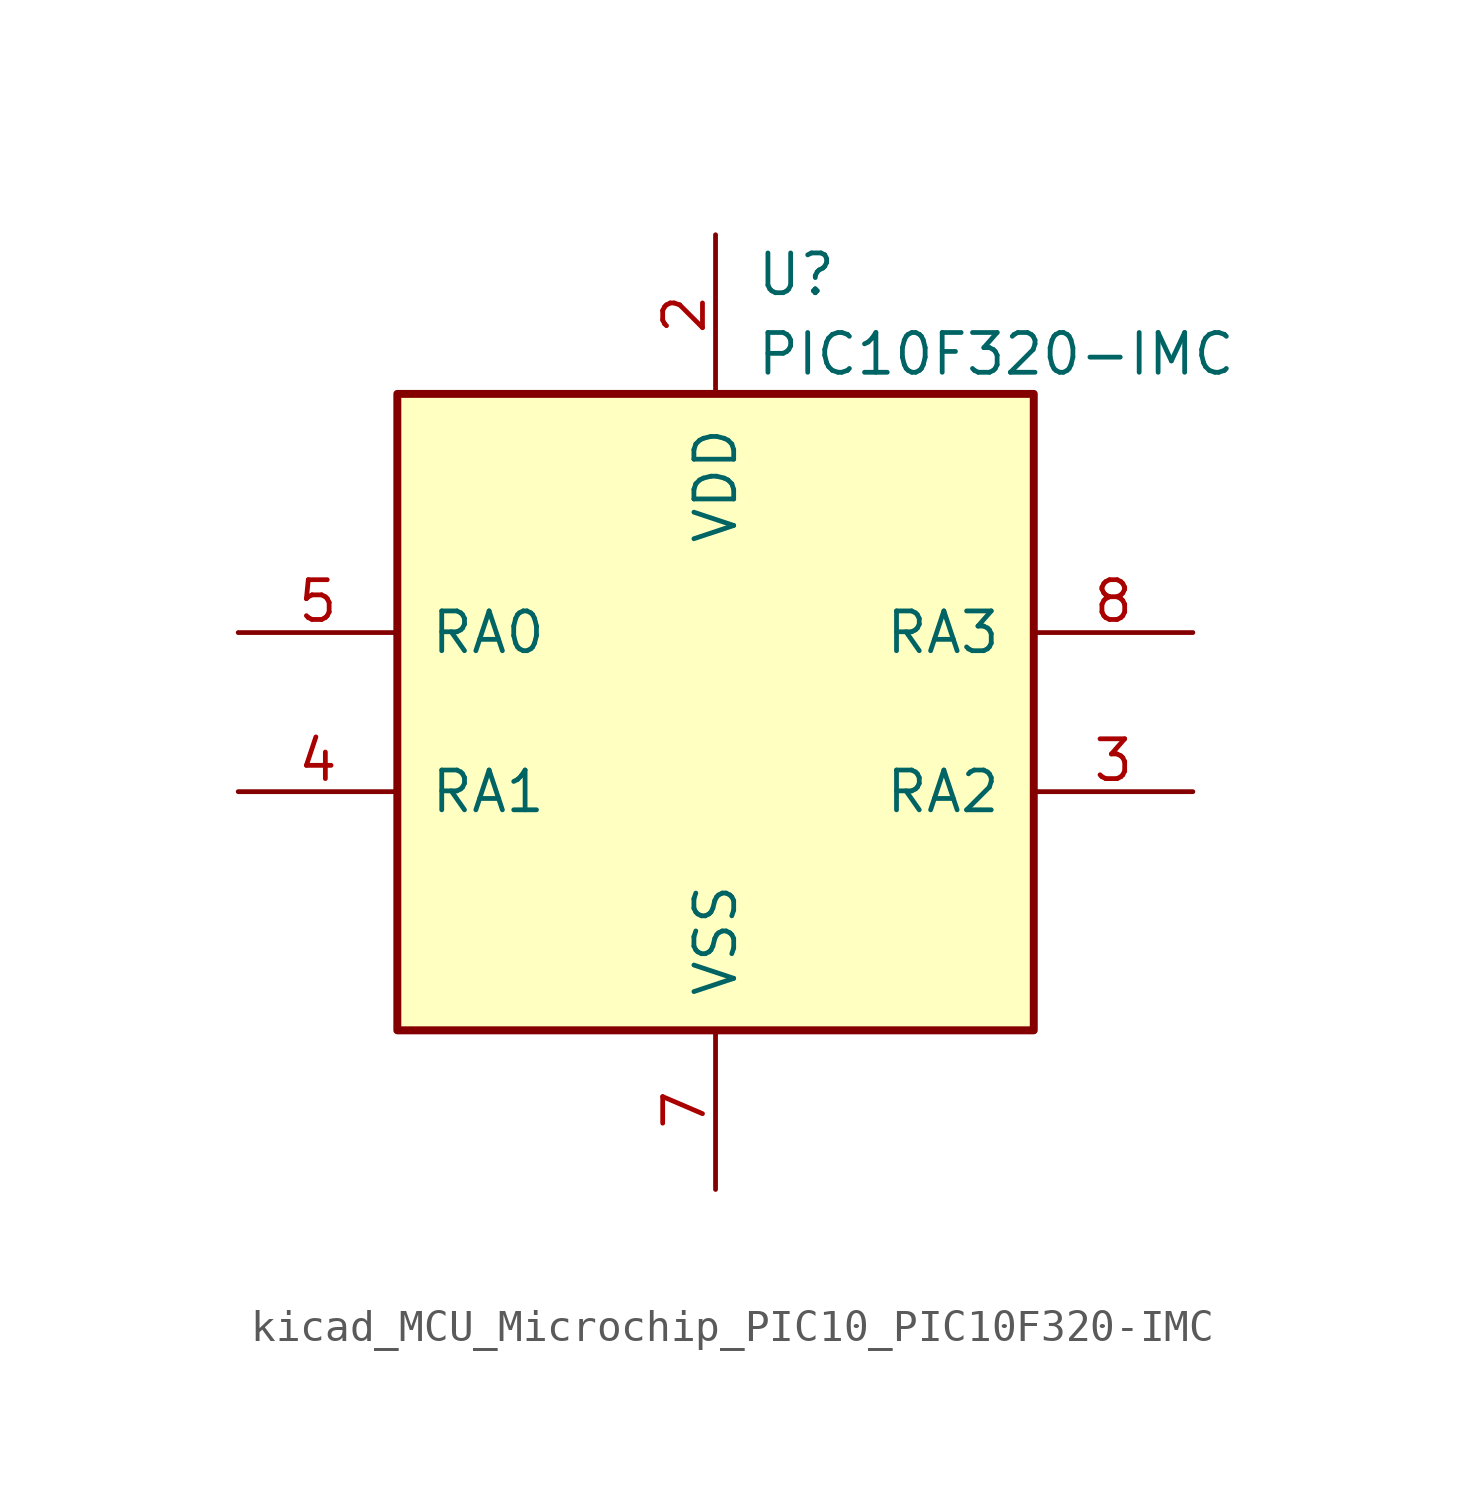
<source format=kicad_sym>
(kicad_symbol_lib
  (version 20220914)
  (generator kicad_symbol_editor)
  (symbol "kicad_MCU_Microchip_PIC10_PIC10F320-IMC"
    (pin_names
      (offset 1.016))
    (property "Reference" "U"
      (at 1.27 13.97 0)
      (effects (font (size 1.27 1.27)) (justify left)))
    (property "Value" "PIC10F320-IMC"
      (at 1.27 11.43 0)
      (effects (font (size 1.27 1.27)) (justify left)))
    (symbol "kicad_MCU_Microchip_PIC10_PIC10F320-IMC_0_1"
      (rectangle (start -10.16 10.16) (end 10.16 -10.16) (stroke (width 0.254) (type default)) (fill (type background))))
    (symbol "kicad_MCU_Microchip_PIC10_PIC10F320-IMC_1_1"
      (pin power_in line (at 0 15.24 270) (length 5.08) (name "VDD" (effects (font (size 1.27 1.27)))) (number "2" (effects (font (size 1.27 1.27)))))
      (pin bidirectional line (at 15.24 -2.54 180) (length 5.08) (name "RA2" (effects (font (size 1.27 1.27)))) (number "3" (effects (font (size 1.27 1.27)))))
      (pin bidirectional line (at -15.24 -2.54 0) (length 5.08) (name "RA1" (effects (font (size 1.27 1.27)))) (number "4" (effects (font (size 1.27 1.27)))))
      (pin bidirectional line (at -15.24 2.54 0) (length 5.08) (name "RA0" (effects (font (size 1.27 1.27)))) (number "5" (effects (font (size 1.27 1.27)))))
      (pin power_in line (at 0 -15.24 90) (length 5.08) (name "VSS" (effects (font (size 1.27 1.27)))) (number "7" (effects (font (size 1.27 1.27)))))
      (pin input line (at 15.24 2.54 180) (length 5.08) (name "RA3" (effects (font (size 1.27 1.27)))) (number "8" (effects (font (size 1.27 1.27))))))))
</source>
